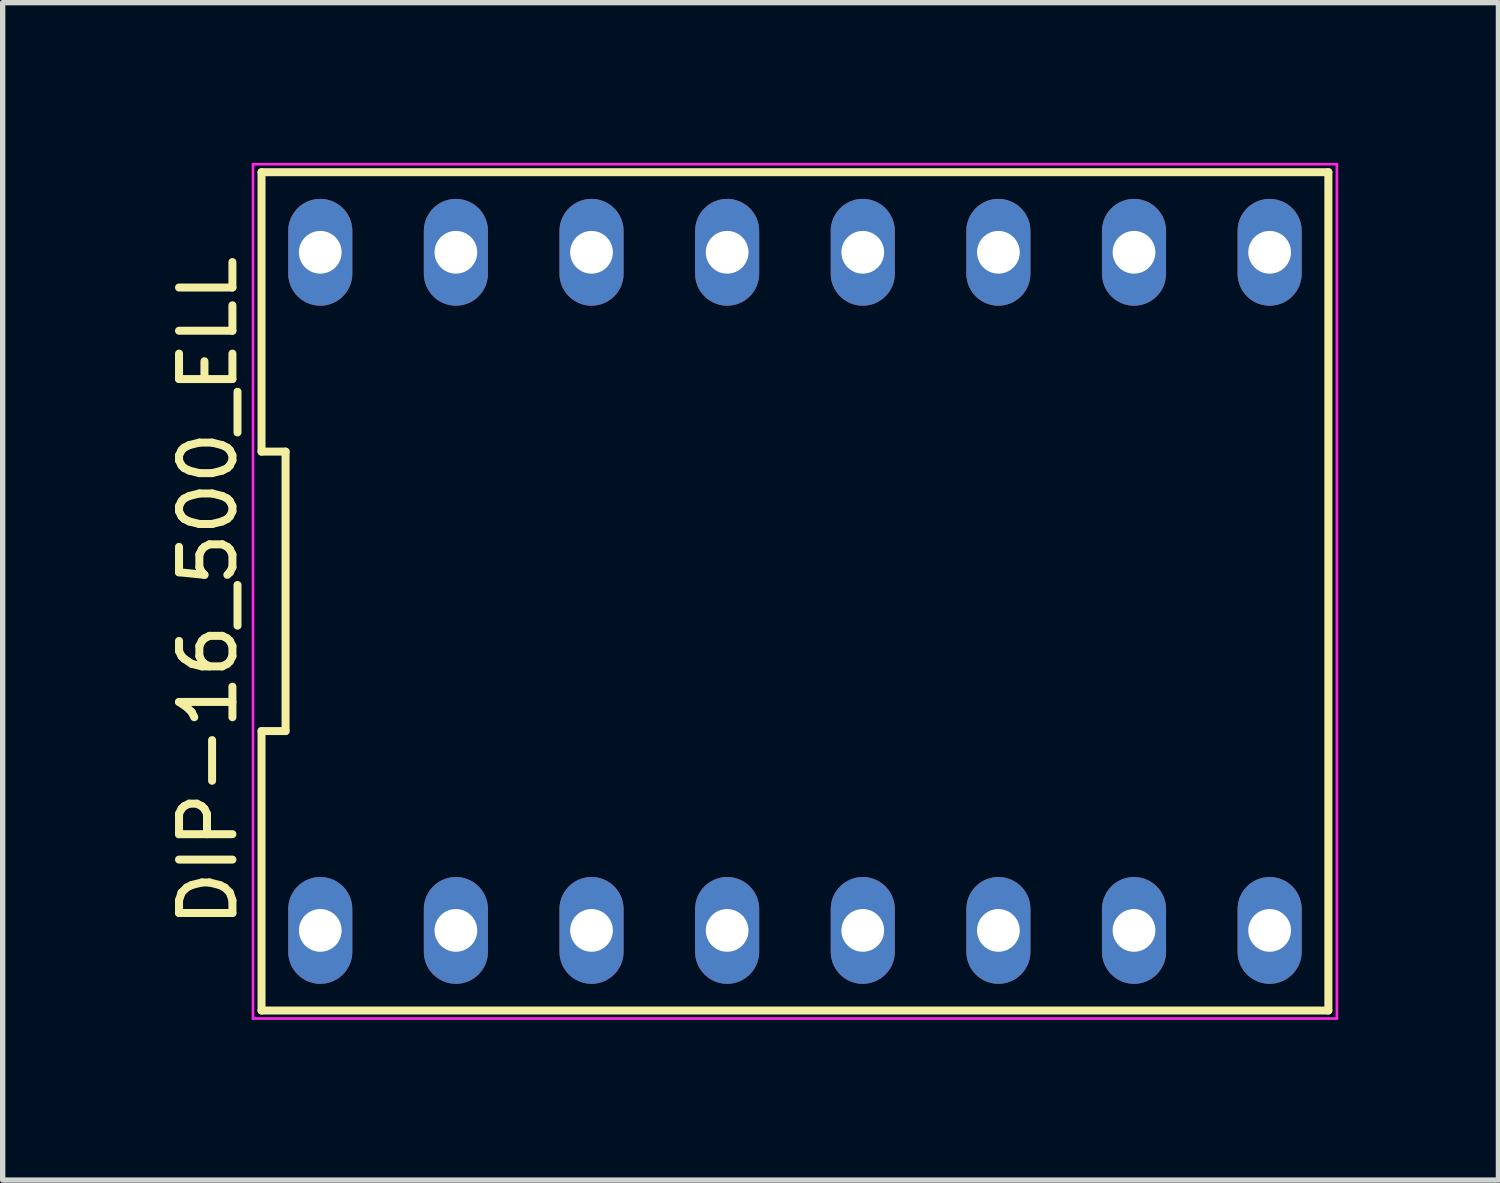
<source format=kicad_pcb>
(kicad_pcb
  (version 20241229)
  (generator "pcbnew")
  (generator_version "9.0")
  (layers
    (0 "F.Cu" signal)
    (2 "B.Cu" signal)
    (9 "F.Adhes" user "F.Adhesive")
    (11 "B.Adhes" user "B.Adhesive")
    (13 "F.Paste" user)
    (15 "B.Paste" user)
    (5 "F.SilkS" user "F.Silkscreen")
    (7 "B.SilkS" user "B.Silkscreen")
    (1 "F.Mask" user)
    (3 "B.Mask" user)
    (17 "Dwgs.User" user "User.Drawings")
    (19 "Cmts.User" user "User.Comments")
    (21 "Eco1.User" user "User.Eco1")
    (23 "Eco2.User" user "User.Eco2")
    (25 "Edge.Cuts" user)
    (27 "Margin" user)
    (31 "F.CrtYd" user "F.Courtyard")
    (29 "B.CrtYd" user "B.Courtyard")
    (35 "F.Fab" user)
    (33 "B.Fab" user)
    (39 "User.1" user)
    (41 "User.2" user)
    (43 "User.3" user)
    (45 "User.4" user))
  (footprint "DIP-16_500_ELL"
    (layer "F.Cu")
    (at 11.838 8.025)
    (property "Reference" "DIP-16_500_ELL" (at -10.99 0 90) (layer "F.SilkS") (effects (font (size 1 1) (thickness 0.15))))
    (attr through_hole)
    (fp_line (start -9.99 -7.85) (end -9.99 -2.617) (stroke (width 0.15) (type solid)) (layer "F.SilkS"))
    (fp_line (start -9.99 -2.617) (end -9.54 -2.617) (stroke (width 0.15) (type solid)) (layer "F.SilkS"))
    (fp_line (start -9.99 2.617) (end -9.99 7.85) (stroke (width 0.15) (type solid)) (layer "F.SilkS"))
    (fp_line (start -9.99 7.85) (end 9.99 7.85) (stroke (width 0.15) (type solid)) (layer "F.SilkS"))
    (fp_line (start -9.54 -2.617) (end -9.54 2.617) (stroke (width 0.15) (type solid)) (layer "F.SilkS"))
    (fp_line (start -9.54 2.617) (end -9.99 2.617) (stroke (width 0.15) (type solid)) (layer "F.SilkS"))
    (fp_line (start 9.99 -7.85) (end -9.99 -7.85) (stroke (width 0.15) (type solid)) (layer "F.SilkS"))
    (fp_line (start 9.99 7.85) (end 9.99 -7.85) (stroke (width 0.15) (type solid)) (layer "F.SilkS"))
    (fp_line (start -10.15 -8) (end 10.15 -8) (stroke (width 0.05) (type solid)) (layer "F.CrtYd"))
    (fp_line (start -10.15 8) (end -10.15 -8) (stroke (width 0.05) (type solid)) (layer "F.CrtYd"))
    (fp_line (start 10.15 -8) (end 10.15 8) (stroke (width 0.05) (type solid)) (layer "F.CrtYd"))
    (fp_line (start 10.15 8) (end -10.15 8) (stroke (width 0.05) (type solid)) (layer "F.CrtYd"))
    (pad "1" thru_hole oval (at -8.89 6.35) (size 1.2 2) (drill 0.8) (layers "*.Cu" "*.Mask"))
    (pad "2" thru_hole oval (at -6.35 6.35) (size 1.2 2) (drill 0.8) (layers "*.Cu" "*.Mask"))
    (pad "3" thru_hole oval (at -3.81 6.35) (size 1.2 2) (drill 0.8) (layers "*.Cu" "*.Mask"))
    (pad "4" thru_hole oval (at -1.27 6.35) (size 1.2 2) (drill 0.8) (layers "*.Cu" "*.Mask"))
    (pad "5" thru_hole oval (at 1.27 6.35) (size 1.2 2) (drill 0.8) (layers "*.Cu" "*.Mask"))
    (pad "6" thru_hole oval (at 3.81 6.35) (size 1.2 2) (drill 0.8) (layers "*.Cu" "*.Mask"))
    (pad "7" thru_hole oval (at 6.35 6.35) (size 1.2 2) (drill 0.8) (layers "*.Cu" "*.Mask"))
    (pad "8" thru_hole oval (at 8.89 6.35) (size 1.2 2) (drill 0.8) (layers "*.Cu" "*.Mask"))
    (pad "9" thru_hole oval (at 8.89 -6.35) (size 1.2 2) (drill 0.8) (layers "*.Cu" "*.Mask"))
    (pad "10" thru_hole oval (at 6.35 -6.35) (size 1.2 2) (drill 0.8) (layers "*.Cu" "*.Mask"))
    (pad "11" thru_hole oval (at 3.81 -6.35) (size 1.2 2) (drill 0.8) (layers "*.Cu" "*.Mask"))
    (pad "12" thru_hole oval (at 1.27 -6.35) (size 1.2 2) (drill 0.8) (layers "*.Cu" "*.Mask"))
    (pad "13" thru_hole oval (at -1.27 -6.35) (size 1.2 2) (drill 0.8) (layers "*.Cu" "*.Mask"))
    (pad "14" thru_hole oval (at -3.81 -6.35) (size 1.2 2) (drill 0.8) (layers "*.Cu" "*.Mask"))
    (pad "15" thru_hole oval (at -6.35 -6.35) (size 1.2 2) (drill 0.8) (layers "*.Cu" "*.Mask"))
    (pad "16" thru_hole oval (at -8.89 -6.35) (size 1.2 2) (drill 0.8) (layers "*.Cu" "*.Mask")))
  (gr_rect
    (start -3 -3)
    (end 25.013 19.05)
    (stroke (width 0.1) (type default))
    (fill no)
    (layer "Edge.Cuts")))
</source>
